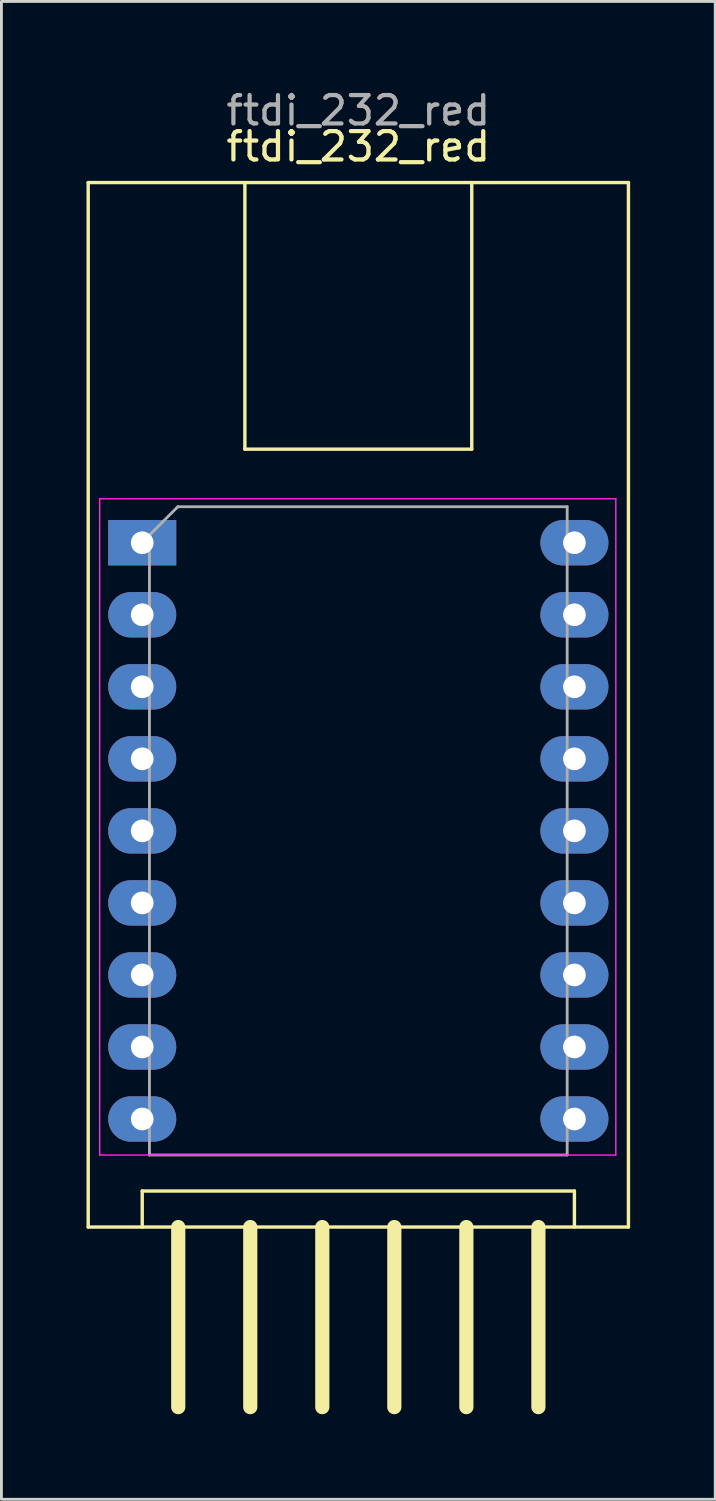
<source format=kicad_pcb>
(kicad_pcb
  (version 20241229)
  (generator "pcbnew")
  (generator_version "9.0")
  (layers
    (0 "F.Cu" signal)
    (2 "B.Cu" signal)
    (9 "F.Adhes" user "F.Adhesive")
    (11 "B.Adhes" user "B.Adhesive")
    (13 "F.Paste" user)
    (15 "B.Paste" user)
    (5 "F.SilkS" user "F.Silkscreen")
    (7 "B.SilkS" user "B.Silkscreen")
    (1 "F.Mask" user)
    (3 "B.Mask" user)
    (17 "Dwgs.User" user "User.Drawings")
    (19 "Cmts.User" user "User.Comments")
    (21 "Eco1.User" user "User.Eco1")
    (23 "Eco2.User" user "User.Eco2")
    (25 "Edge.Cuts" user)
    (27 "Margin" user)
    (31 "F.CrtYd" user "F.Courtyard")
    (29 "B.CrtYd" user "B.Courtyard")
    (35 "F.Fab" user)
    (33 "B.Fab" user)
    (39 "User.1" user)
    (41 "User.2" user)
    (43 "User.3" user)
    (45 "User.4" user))
  (footprint "ftdi_232_red"
    (layer "F.Cu")
    (at 9.585 28.788)
    (property "Reference" "ftdi_232_red" (at 0 -26.67 0) (unlocked yes) (layer "F.SilkS") (effects (font (size 1 1) (thickness 0.15))))
    (attr smd)
    (fp_line (start -9.525 -25.4) (end -9.525 11.43) (stroke (width 0.12) (type solid)) (layer "F.SilkS"))
    (fp_line (start -9.525 11.43) (end 9.525 11.43) (stroke (width 0.12) (type solid)) (layer "F.SilkS"))
    (fp_line (start -6.35 11.43) (end -6.35 17.78) (stroke (width 0.5) (type solid)) (layer "F.SilkS"))
    (fp_line (start -4 -16) (end -4 -25.4) (stroke (width 0.12) (type solid)) (layer "F.SilkS"))
    (fp_line (start -3.81 11.43) (end -3.81 17.78) (stroke (width 0.5) (type solid)) (layer "F.SilkS"))
    (fp_line (start -1.27 11.43) (end -1.27 17.78) (stroke (width 0.5) (type solid)) (layer "F.SilkS"))
    (fp_line (start 1.27 11.43) (end 1.27 17.78) (stroke (width 0.5) (type solid)) (layer "F.SilkS"))
    (fp_line (start 3.81 11.43) (end 3.81 17.78) (stroke (width 0.5) (type solid)) (layer "F.SilkS"))
    (fp_line (start 4 -25.4) (end 4 -16) (stroke (width 0.12) (type solid)) (layer "F.SilkS"))
    (fp_line (start 4 -16) (end -4 -16) (stroke (width 0.12) (type solid)) (layer "F.SilkS"))
    (fp_line (start 6.35 11.43) (end 6.35 17.78) (stroke (width 0.5) (type solid)) (layer "F.SilkS"))
    (fp_line (start 9.525 -25.4) (end -9.525 -25.4) (stroke (width 0.12) (type solid)) (layer "F.SilkS"))
    (fp_line (start 9.525 11.43) (end 9.525 -25.4) (stroke (width 0.12) (type solid)) (layer "F.SilkS"))
    (fp_rect (start -7.62 10.16) (end 7.62 10.16) (stroke (width 0.12) (type solid)) (fill no) (layer "F.SilkS"))
    (fp_rect (start -7.62 11.43) (end -7.62 10.16) (stroke (width 0.12) (type solid)) (fill no) (layer "F.SilkS"))
    (fp_rect (start 7.62 10.16) (end 7.62 11.43) (stroke (width 0.12) (type solid)) (fill no) (layer "F.SilkS"))
    (fp_line (start -9.12 -14.25) (end -9.12 8.89) (stroke (width 0.05) (type solid)) (layer "F.CrtYd"))
    (fp_line (start -9.12 8.89) (end 9.08 8.89) (stroke (width 0.05) (type solid)) (layer "F.CrtYd"))
    (fp_line (start 9.08 -14.25) (end -9.12 -14.25) (stroke (width 0.05) (type solid)) (layer "F.CrtYd"))
    (fp_line (start 9.08 8.89) (end 9.08 -14.25) (stroke (width 0.05) (type solid)) (layer "F.CrtYd"))
    (fp_line (start -7.365 -12.97) (end -6.365 -13.97) (stroke (width 0.1) (type solid)) (layer "F.Fab"))
    (fp_line (start -7.365 8.89) (end -7.365 -12.97) (stroke (width 0.1) (type solid)) (layer "F.Fab"))
    (fp_line (start -6.365 -13.97) (end 7.365 -13.97) (stroke (width 0.1) (type solid)) (layer "F.Fab"))
    (fp_line (start 7.365 -13.97) (end 7.365 8.89) (stroke (width 0.1) (type solid)) (layer "F.Fab"))
    (fp_line (start 7.365 8.89) (end -7.365 8.89) (stroke (width 0.1) (type solid)) (layer "F.Fab"))
    (fp_text user "${REFERENCE}" (at 0 -27.94 0) (unlocked yes) (layer "F.Fab") (effects (font (size 1 1) (thickness 0.15))))
    (pad "1" thru_hole rect (at -7.62 -12.7) (size 2.4 1.6) (drill 0.8) (layers "*.Cu" "*.Mask"))
    (pad "2" thru_hole oval (at -7.62 -10.16) (size 2.4 1.6) (drill 0.8) (layers "*.Cu" "*.Mask"))
    (pad "3" thru_hole oval (at -7.62 -7.62) (size 2.4 1.6) (drill 0.8) (layers "*.Cu" "*.Mask"))
    (pad "4" thru_hole oval (at -7.62 -5.08) (size 2.4 1.6) (drill 0.8) (layers "*.Cu" "*.Mask"))
    (pad "5" thru_hole oval (at -7.62 -2.54) (size 2.4 1.6) (drill 0.8) (layers "*.Cu" "*.Mask"))
    (pad "6" thru_hole oval (at -7.62 0) (size 2.4 1.6) (drill 0.8) (layers "*.Cu" "*.Mask"))
    (pad "7" thru_hole oval (at -7.62 2.54) (size 2.4 1.6) (drill 0.8) (layers "*.Cu" "*.Mask"))
    (pad "8" thru_hole oval (at -7.62 5.08) (size 2.4 1.6) (drill 0.8) (layers "*.Cu" "*.Mask"))
    (pad "9" thru_hole oval (at -7.62 7.62) (size 2.4 1.6) (drill 0.8) (layers "*.Cu" "*.Mask"))
    (pad "10" thru_hole oval (at 7.62 7.62) (size 2.4 1.6) (drill 0.8) (layers "*.Cu" "*.Mask"))
    (pad "11" thru_hole oval (at 7.62 5.08) (size 2.4 1.6) (drill 0.8) (layers "*.Cu" "*.Mask"))
    (pad "12" thru_hole oval (at 7.62 2.54) (size 2.4 1.6) (drill 0.8) (layers "*.Cu" "*.Mask"))
    (pad "13" thru_hole oval (at 7.62 0) (size 2.4 1.6) (drill 0.8) (layers "*.Cu" "*.Mask"))
    (pad "14" thru_hole oval (at 7.62 -2.54) (size 2.4 1.6) (drill 0.8) (layers "*.Cu" "*.Mask"))
    (pad "15" thru_hole oval (at 7.62 -5.08) (size 2.4 1.6) (drill 0.8) (layers "*.Cu" "*.Mask"))
    (pad "16" thru_hole oval (at 7.62 -7.62) (size 2.4 1.6) (drill 0.8) (layers "*.Cu" "*.Mask"))
    (pad "17" thru_hole oval (at 7.62 -10.16) (size 2.4 1.6) (drill 0.8) (layers "*.Cu" "*.Mask"))
    (pad "18" thru_hole oval (at 7.62 -12.7) (size 2.4 1.6) (drill 0.8) (layers "*.Cu" "*.Mask")))
  (gr_rect
    (start -3 -3)
    (end 22.17 49.818)
    (stroke (width 0.1) (type default))
    (fill no)
    (layer "Edge.Cuts")))
</source>
